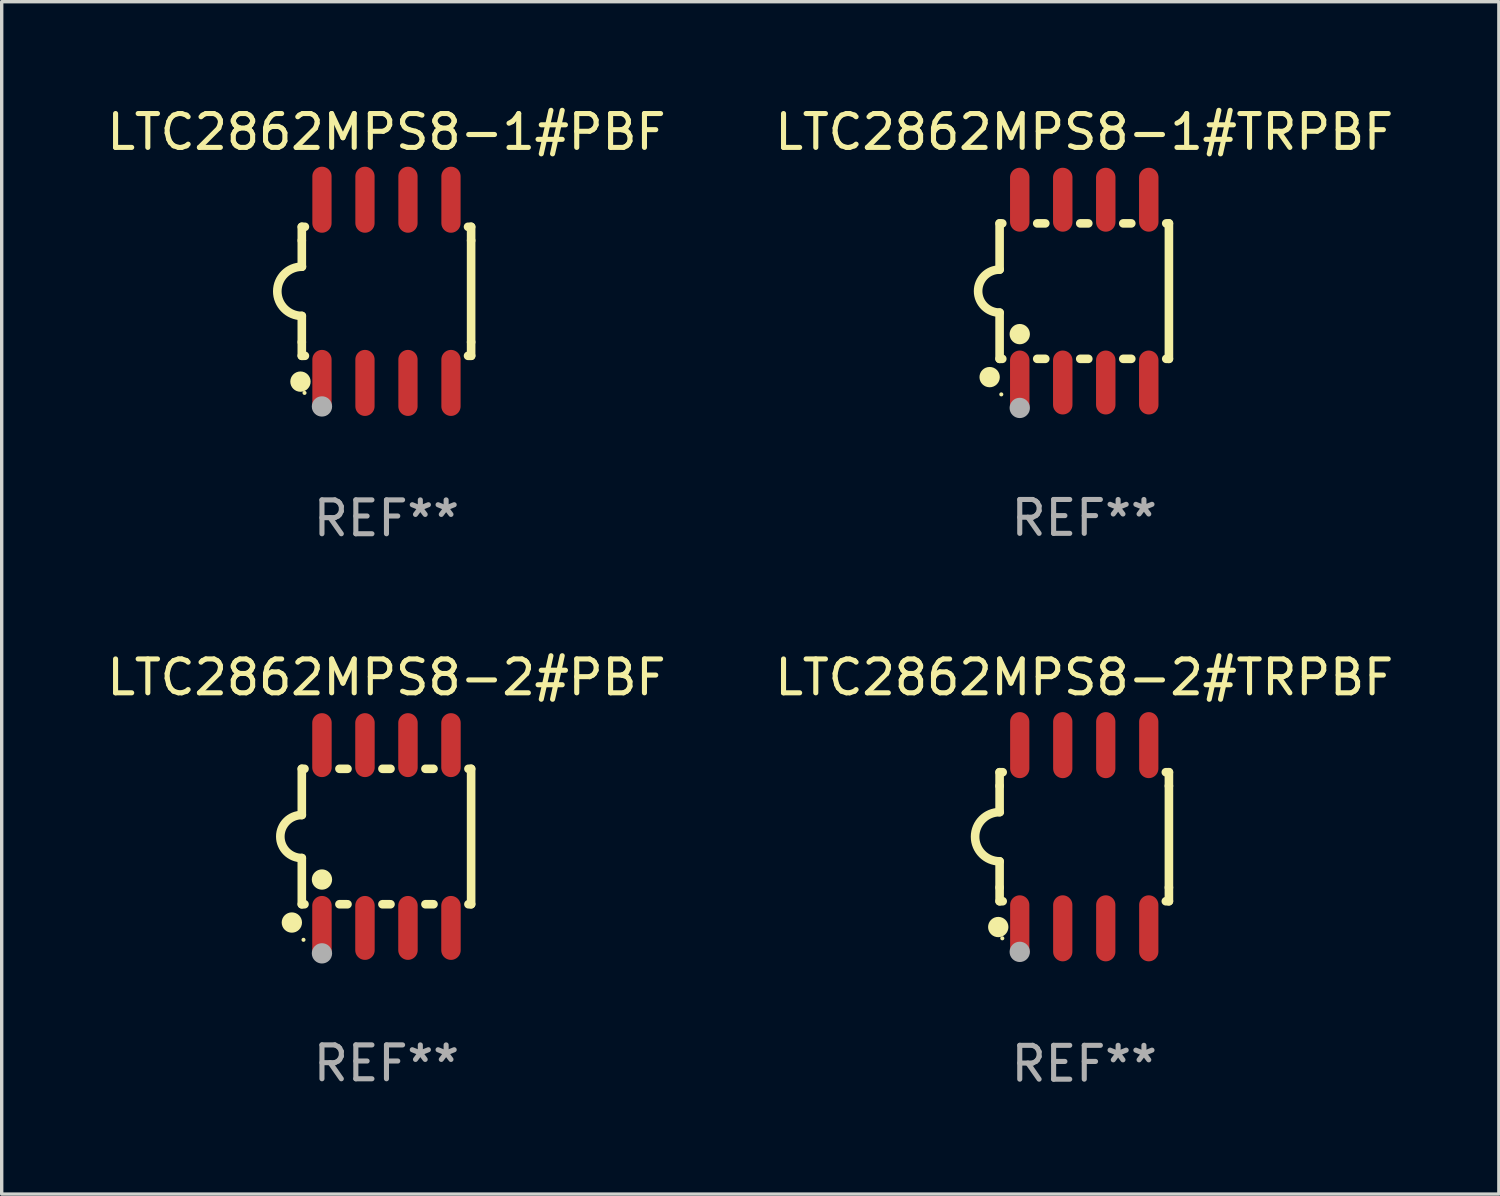
<source format=kicad_pcb>
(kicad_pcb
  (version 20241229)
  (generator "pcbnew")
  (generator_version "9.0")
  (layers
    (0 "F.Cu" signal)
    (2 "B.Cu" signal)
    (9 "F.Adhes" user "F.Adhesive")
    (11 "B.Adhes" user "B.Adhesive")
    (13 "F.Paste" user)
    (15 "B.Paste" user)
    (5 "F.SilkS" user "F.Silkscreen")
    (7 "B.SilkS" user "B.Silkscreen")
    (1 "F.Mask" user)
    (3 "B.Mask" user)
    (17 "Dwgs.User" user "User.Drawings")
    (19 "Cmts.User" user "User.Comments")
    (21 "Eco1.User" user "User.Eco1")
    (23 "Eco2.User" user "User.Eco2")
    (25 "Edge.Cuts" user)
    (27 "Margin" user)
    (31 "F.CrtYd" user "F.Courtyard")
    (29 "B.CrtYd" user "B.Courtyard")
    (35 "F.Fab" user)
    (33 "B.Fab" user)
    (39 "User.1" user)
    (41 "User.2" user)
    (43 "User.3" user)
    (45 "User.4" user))
  (footprint "LTC2862MPS8-1#PBF"
    (layer "F.Cu")
    (at 8.363 5.553)
    (property "Reference" "LTC2862MPS8-1#PBF" (at 0 -4.705 0) (layer "F.SilkS") (effects (font (size 1 1) (thickness 0.15))))
    (attr through_hole)
    (fp_line (start -2.5 -1.905) (end -2.409 -1.905) (stroke (width 0.254) (type solid)) (layer "F.SilkS"))
    (fp_line (start -2.5 -1.5) (end -2.5 -1.905) (stroke (width 0.254) (type solid)) (layer "F.SilkS"))
    (fp_line (start -2.5 -1.5) (end -2.5 -0.726) (stroke (width 0.254) (type solid)) (layer "F.SilkS"))
    (fp_line (start -2.5 1.5) (end -2.5 0.727) (stroke (width 0.254) (type solid)) (layer "F.SilkS"))
    (fp_line (start -2.5 1.5) (end -2.5 1.905) (stroke (width 0.254) (type solid)) (layer "F.SilkS"))
    (fp_line (start -2.5 1.905) (end -2.409 1.905) (stroke (width 0.254) (type solid)) (layer "F.SilkS"))
    (fp_line (start 2.5 -1.905) (end 2.409 -1.905) (stroke (width 0.254) (type solid)) (layer "F.SilkS"))
    (fp_line (start 2.5 -1.5) (end 2.5 -1.905) (stroke (width 0.254) (type solid)) (layer "F.SilkS"))
    (fp_line (start 2.5 -1.5) (end 2.5 1.5) (stroke (width 0.254) (type solid)) (layer "F.SilkS"))
    (fp_line (start 2.5 1.5) (end 2.5 1.905) (stroke (width 0.254) (type solid)) (layer "F.SilkS"))
    (fp_line (start 2.5 1.905) (end 2.409 1.905) (stroke (width 0.254) (type solid)) (layer "F.SilkS"))
    (fp_arc (start -2.5 0.726568) (mid -3.220316 -0.0023) (end -2.495097 -0.726289) (stroke (width 0.254001) (type solid)) (layer "F.SilkS"))
    (fp_circle (center -2.54 2.667) (end -2.39 2.667) (stroke (width 0.3) (type solid)) (fill no) (layer "F.SilkS"))
    (fp_circle (center -2.42 3) (end -2.39 3) (stroke (width 0.06) (type solid)) (fill no) (layer "F.SilkS"))
    (fp_circle (center -1.905 3.4) (end -1.755 3.4) (stroke (width 0.3) (type solid)) (fill no) (layer "F.Fab"))
    (fp_text user "REF**" (at 0 6.705 0) (layer "F.Fab") (effects (font (size 1 1) (thickness 0.15))))
    (pad "1" smd oval (at -1.905 2.705) (size 0.568 1.95) (layers "F.Cu" "F.Mask" "F.Paste"))
    (pad "2" smd oval (at -0.635 2.705) (size 0.568 1.95) (layers "F.Cu" "F.Mask" "F.Paste"))
    (pad "3" smd oval (at 0.635 2.705) (size 0.568 1.95) (layers "F.Cu" "F.Mask" "F.Paste"))
    (pad "4" smd oval (at 1.905 2.705) (size 0.568 1.95) (layers "F.Cu" "F.Mask" "F.Paste"))
    (pad "5" smd oval (at 1.905 -2.705) (size 0.568 1.95) (layers "F.Cu" "F.Mask" "F.Paste"))
    (pad "6" smd oval (at 0.635 -2.705) (size 0.568 1.95) (layers "F.Cu" "F.Mask" "F.Paste"))
    (pad "7" smd oval (at -0.635 -2.705) (size 0.568 1.95) (layers "F.Cu" "F.Mask" "F.Paste"))
    (pad "8" smd oval (at -1.905 -2.705) (size 0.568 1.95) (layers "F.Cu" "F.Mask" "F.Paste")))
  (footprint "LTC2862MPS8-2#PBF"
    (layer "F.Cu")
    (at 8.363 21.654)
    (property "Reference" "LTC2862MPS8-2#PBF" (at 0 -4.699 0) (layer "F.SilkS") (effects (font (size 1 1) (thickness 0.15))))
    (attr through_hole)
    (fp_line (start -2.5 -2) (end -2.5 -0.635) (stroke (width 0.254) (type solid)) (layer "F.SilkS"))
    (fp_line (start -2.5 -2) (end -2.421 -2) (stroke (width 0.254) (type solid)) (layer "F.SilkS"))
    (fp_line (start -2.5 2) (end -2.5 0.635) (stroke (width 0.254) (type solid)) (layer "F.SilkS"))
    (fp_line (start -2.5 2) (end -2.421 2) (stroke (width 0.254) (type solid)) (layer "F.SilkS"))
    (fp_line (start -1.389 -2) (end -1.151 -2) (stroke (width 0.254) (type solid)) (layer "F.SilkS"))
    (fp_line (start -1.389 2) (end -1.151 2) (stroke (width 0.254) (type solid)) (layer "F.SilkS"))
    (fp_line (start -0.119 -2) (end 0.119 -2) (stroke (width 0.254) (type solid)) (layer "F.SilkS"))
    (fp_line (start -0.119 2) (end 0.119 2) (stroke (width 0.254) (type solid)) (layer "F.SilkS"))
    (fp_line (start 1.151 -2) (end 1.389 -2) (stroke (width 0.254) (type solid)) (layer "F.SilkS"))
    (fp_line (start 1.151 2) (end 1.389 2) (stroke (width 0.254) (type solid)) (layer "F.SilkS"))
    (fp_line (start 2.421 -2) (end 2.5 -2) (stroke (width 0.254) (type solid)) (layer "F.SilkS"))
    (fp_line (start 2.421 2) (end 2.5 2) (stroke (width 0.254) (type solid)) (layer "F.SilkS"))
    (fp_line (start 2.5 -2) (end 2.5 2) (stroke (width 0.254) (type solid)) (layer "F.SilkS"))
    (fp_arc (start -2.5 0.635001) (mid -3.134366 -0.000318) (end -2.499365 -0.635001) (stroke (width 0.254001) (type solid)) (layer "F.SilkS"))
    (fp_circle (center -2.794 2.54) (end -2.644 2.54) (stroke (width 0.3) (type solid)) (fill no) (layer "F.SilkS"))
    (fp_circle (center -2.45 3.05) (end -2.42 3.05) (stroke (width 0.06) (type solid)) (fill no) (layer "F.SilkS"))
    (fp_circle (center -1.905 1.27) (end -1.755 1.27) (stroke (width 0.3) (type solid)) (fill no) (layer "F.SilkS"))
    (fp_circle (center -1.905 3.45) (end -1.755 3.45) (stroke (width 0.3) (type solid)) (fill no) (layer "F.Fab"))
    (fp_text user "REF**" (at 0 6.699 0) (layer "F.Fab") (effects (font (size 1 1) (thickness 0.15))))
    (pad "1" smd oval (at -1.905 2.699) (size 0.574 1.888) (layers "F.Cu" "F.Mask" "F.Paste"))
    (pad "2" smd oval (at -0.635 2.699) (size 0.574 1.888) (layers "F.Cu" "F.Mask" "F.Paste"))
    (pad "3" smd oval (at 0.635 2.699) (size 0.574 1.888) (layers "F.Cu" "F.Mask" "F.Paste"))
    (pad "4" smd oval (at 1.905 2.699) (size 0.574 1.888) (layers "F.Cu" "F.Mask" "F.Paste"))
    (pad "5" smd oval (at 1.905 -2.699) (size 0.574 1.888) (layers "F.Cu" "F.Mask" "F.Paste"))
    (pad "6" smd oval (at 0.635 -2.699) (size 0.574 1.888) (layers "F.Cu" "F.Mask" "F.Paste"))
    (pad "7" smd oval (at -0.635 -2.699) (size 0.574 1.888) (layers "F.Cu" "F.Mask" "F.Paste"))
    (pad "8" smd oval (at -1.905 -2.699) (size 0.574 1.888) (layers "F.Cu" "F.Mask" "F.Paste")))
  (footprint "LTC2862MPS8-1#TRPBF"
    (layer "F.Cu")
    (at 28.97 5.547)
    (property "Reference" "LTC2862MPS8-1#TRPBF" (at 0 -4.699 0) (layer "F.SilkS") (effects (font (size 1 1) (thickness 0.15))))
    (attr through_hole)
    (fp_line (start -2.5 -2) (end -2.5 -0.635) (stroke (width 0.254) (type solid)) (layer "F.SilkS"))
    (fp_line (start -2.5 -2) (end -2.421 -2) (stroke (width 0.254) (type solid)) (layer "F.SilkS"))
    (fp_line (start -2.5 2) (end -2.5 0.635) (stroke (width 0.254) (type solid)) (layer "F.SilkS"))
    (fp_line (start -2.5 2) (end -2.421 2) (stroke (width 0.254) (type solid)) (layer "F.SilkS"))
    (fp_line (start -1.389 -2) (end -1.151 -2) (stroke (width 0.254) (type solid)) (layer "F.SilkS"))
    (fp_line (start -1.389 2) (end -1.151 2) (stroke (width 0.254) (type solid)) (layer "F.SilkS"))
    (fp_line (start -0.119 -2) (end 0.119 -2) (stroke (width 0.254) (type solid)) (layer "F.SilkS"))
    (fp_line (start -0.119 2) (end 0.119 2) (stroke (width 0.254) (type solid)) (layer "F.SilkS"))
    (fp_line (start 1.151 -2) (end 1.389 -2) (stroke (width 0.254) (type solid)) (layer "F.SilkS"))
    (fp_line (start 1.151 2) (end 1.389 2) (stroke (width 0.254) (type solid)) (layer "F.SilkS"))
    (fp_line (start 2.421 -2) (end 2.5 -2) (stroke (width 0.254) (type solid)) (layer "F.SilkS"))
    (fp_line (start 2.421 2) (end 2.5 2) (stroke (width 0.254) (type solid)) (layer "F.SilkS"))
    (fp_line (start 2.5 -2) (end 2.5 2) (stroke (width 0.254) (type solid)) (layer "F.SilkS"))
    (fp_arc (start -2.5 0.635001) (mid -3.134366 -0.000318) (end -2.499365 -0.635001) (stroke (width 0.254001) (type solid)) (layer "F.SilkS"))
    (fp_circle (center -2.794 2.54) (end -2.644 2.54) (stroke (width 0.3) (type solid)) (fill no) (layer "F.SilkS"))
    (fp_circle (center -2.45 3.05) (end -2.42 3.05) (stroke (width 0.06) (type solid)) (fill no) (layer "F.SilkS"))
    (fp_circle (center -1.905 1.27) (end -1.755 1.27) (stroke (width 0.3) (type solid)) (fill no) (layer "F.SilkS"))
    (fp_circle (center -1.905 3.45) (end -1.755 3.45) (stroke (width 0.3) (type solid)) (fill no) (layer "F.Fab"))
    (fp_text user "REF**" (at 0 6.699 0) (layer "F.Fab") (effects (font (size 1 1) (thickness 0.15))))
    (pad "1" smd oval (at -1.905 2.699) (size 0.574 1.888) (layers "F.Cu" "F.Mask" "F.Paste"))
    (pad "2" smd oval (at -0.635 2.699) (size 0.574 1.888) (layers "F.Cu" "F.Mask" "F.Paste"))
    (pad "3" smd oval (at 0.635 2.699) (size 0.574 1.888) (layers "F.Cu" "F.Mask" "F.Paste"))
    (pad "4" smd oval (at 1.905 2.699) (size 0.574 1.888) (layers "F.Cu" "F.Mask" "F.Paste"))
    (pad "5" smd oval (at 1.905 -2.699) (size 0.574 1.888) (layers "F.Cu" "F.Mask" "F.Paste"))
    (pad "6" smd oval (at 0.635 -2.699) (size 0.574 1.888) (layers "F.Cu" "F.Mask" "F.Paste"))
    (pad "7" smd oval (at -0.635 -2.699) (size 0.574 1.888) (layers "F.Cu" "F.Mask" "F.Paste"))
    (pad "8" smd oval (at -1.905 -2.699) (size 0.574 1.888) (layers "F.Cu" "F.Mask" "F.Paste")))
  (footprint "LTC2862MPS8-2#TRPBF"
    (layer "F.Cu")
    (at 28.97 21.66)
    (property "Reference" "LTC2862MPS8-2#TRPBF" (at 0 -4.705 0) (layer "F.SilkS") (effects (font (size 1 1) (thickness 0.15))))
    (attr through_hole)
    (fp_line (start -2.5 -1.905) (end -2.409 -1.905) (stroke (width 0.254) (type solid)) (layer "F.SilkS"))
    (fp_line (start -2.5 -1.5) (end -2.5 -1.905) (stroke (width 0.254) (type solid)) (layer "F.SilkS"))
    (fp_line (start -2.5 -1.5) (end -2.5 -0.726) (stroke (width 0.254) (type solid)) (layer "F.SilkS"))
    (fp_line (start -2.5 1.5) (end -2.5 0.727) (stroke (width 0.254) (type solid)) (layer "F.SilkS"))
    (fp_line (start -2.5 1.5) (end -2.5 1.905) (stroke (width 0.254) (type solid)) (layer "F.SilkS"))
    (fp_line (start -2.5 1.905) (end -2.409 1.905) (stroke (width 0.254) (type solid)) (layer "F.SilkS"))
    (fp_line (start 2.5 -1.905) (end 2.409 -1.905) (stroke (width 0.254) (type solid)) (layer "F.SilkS"))
    (fp_line (start 2.5 -1.5) (end 2.5 -1.905) (stroke (width 0.254) (type solid)) (layer "F.SilkS"))
    (fp_line (start 2.5 -1.5) (end 2.5 1.5) (stroke (width 0.254) (type solid)) (layer "F.SilkS"))
    (fp_line (start 2.5 1.5) (end 2.5 1.905) (stroke (width 0.254) (type solid)) (layer "F.SilkS"))
    (fp_line (start 2.5 1.905) (end 2.409 1.905) (stroke (width 0.254) (type solid)) (layer "F.SilkS"))
    (fp_arc (start -2.5 0.726568) (mid -3.220316 -0.0023) (end -2.495097 -0.726289) (stroke (width 0.254001) (type solid)) (layer "F.SilkS"))
    (fp_circle (center -2.54 2.667) (end -2.39 2.667) (stroke (width 0.3) (type solid)) (fill no) (layer "F.SilkS"))
    (fp_circle (center -2.42 3) (end -2.39 3) (stroke (width 0.06) (type solid)) (fill no) (layer "F.SilkS"))
    (fp_circle (center -1.905 3.4) (end -1.755 3.4) (stroke (width 0.3) (type solid)) (fill no) (layer "F.Fab"))
    (fp_text user "REF**" (at 0 6.705 0) (layer "F.Fab") (effects (font (size 1 1) (thickness 0.15))))
    (pad "1" smd oval (at -1.905 2.705) (size 0.568 1.95) (layers "F.Cu" "F.Mask" "F.Paste"))
    (pad "2" smd oval (at -0.635 2.705) (size 0.568 1.95) (layers "F.Cu" "F.Mask" "F.Paste"))
    (pad "3" smd oval (at 0.635 2.705) (size 0.568 1.95) (layers "F.Cu" "F.Mask" "F.Paste"))
    (pad "4" smd oval (at 1.905 2.705) (size 0.568 1.95) (layers "F.Cu" "F.Mask" "F.Paste"))
    (pad "5" smd oval (at 1.905 -2.705) (size 0.568 1.95) (layers "F.Cu" "F.Mask" "F.Paste"))
    (pad "6" smd oval (at 0.635 -2.705) (size 0.568 1.95) (layers "F.Cu" "F.Mask" "F.Paste"))
    (pad "7" smd oval (at -0.635 -2.705) (size 0.568 1.95) (layers "F.Cu" "F.Mask" "F.Paste"))
    (pad "8" smd oval (at -1.905 -2.705) (size 0.568 1.95) (layers "F.Cu" "F.Mask" "F.Paste")))
  (gr_rect
    (start -3 -3)
    (end 41.214 32.213)
    (stroke (width 0.1) (type default))
    (fill no)
    (layer "Edge.Cuts")))
</source>
